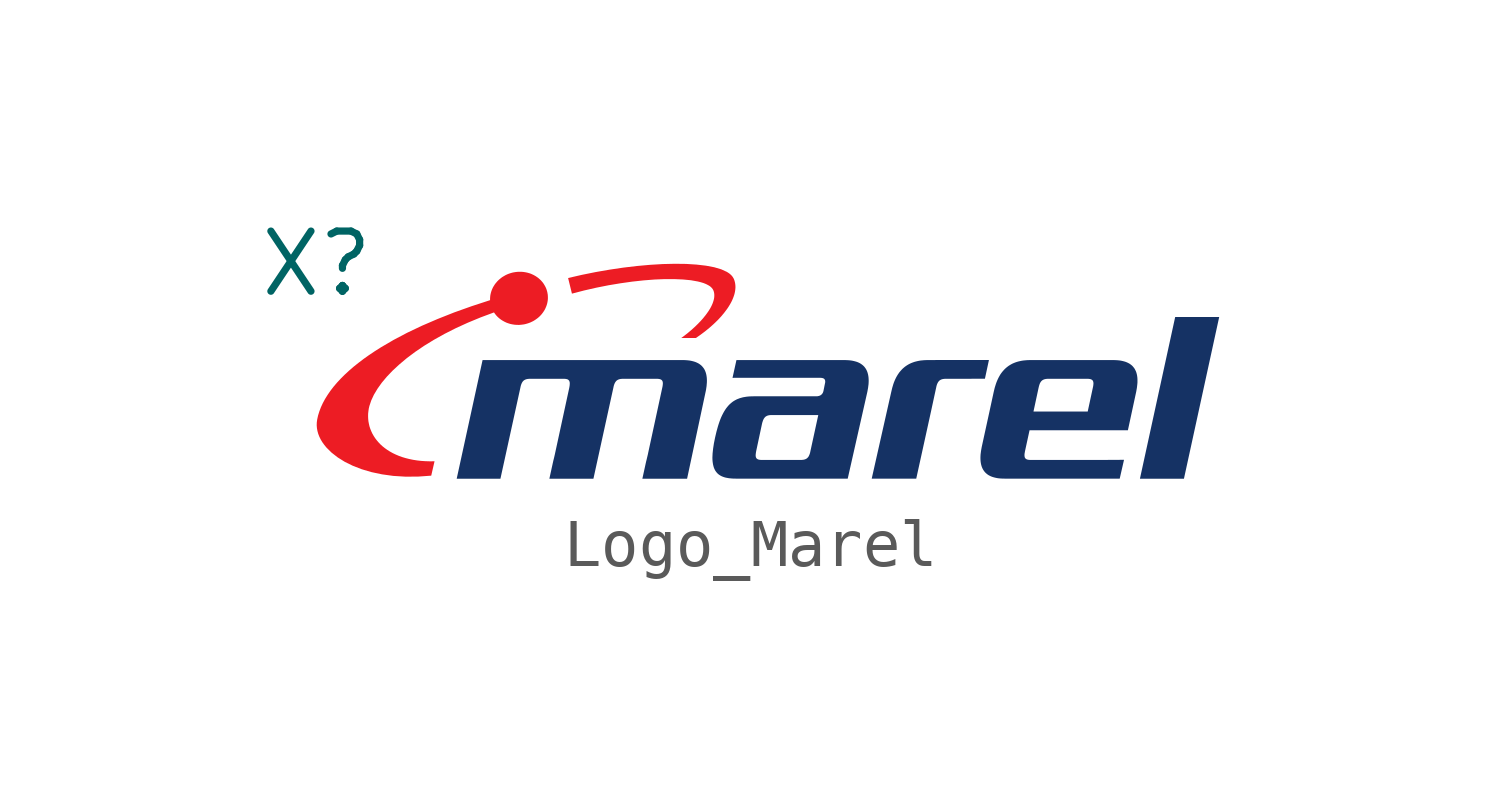
<source format=kicad_sym>
(kicad_symbol_lib
  (version 20231120)
  (generator "kicad_symbol_editor")
  (generator_version "8.0")
  (symbol "Logo_Marel"
    (property "Reference" "X"
      (at 0 0 0)
      (effects (font (size 1.27 1.27))))
    (property "Value" ""
      (at 0 0 0)
      (effects (font (size 1.27 1.27))))
    (symbol "Logo_Marel_1_0"
      (polyline (pts (xy 18.324 -4.542) (xy 17.394 -4.542) (xy 18.139 -1.125) (xy 19.069 -1.125) (xy 18.324 -4.542)) (stroke (width -0.0001) (type solid)) (fill (type color) (color 21 50 100 1)))
      (polyline (pts (xy 14.119 -2.429) (xy 13.292 -2.431) (xy 13.27 -2.431) (xy 13.249 -2.433) (xy 13.24 -2.434) (xy 13.23 -2.436) (xy 13.221 -2.438) (xy 13.213 -2.44) (xy 13.204 -2.443) (xy 13.196 -2.446) (xy 13.189 -2.449) (xy 13.181 -2.453) (xy 13.174 -2.457) (xy 13.168 -2.461) (xy 13.161 -2.466) (xy 13.155 -2.471) (xy 13.149 -2.477) (xy 13.144 -2.483) (xy 13.139 -2.489) (xy 13.133 -2.496) (xy 13.129 -2.503) (xy 13.124 -2.511) (xy 13.12 -2.519) (xy 13.116 -2.527) (xy 13.108 -2.545) (xy 13.101 -2.566) (xy 13.095 -2.587) (xy 13.09 -2.611) (xy 12.98 -3.12) (xy 12.668 -4.54) (xy 11.727 -4.54) (xy 12.14 -2.707) (xy 12.16 -2.623) (xy 12.183 -2.545) (xy 12.196 -2.508) (xy 12.21 -2.473) (xy 12.225 -2.439) (xy 12.241 -2.406) (xy 12.258 -2.375) (xy 12.276 -2.345) (xy 12.295 -2.317) (xy 12.314 -2.29) (xy 12.335 -2.265) (xy 12.357 -2.241) (xy 12.379 -2.218) (xy 12.403 -2.197) (xy 12.427 -2.177) (xy 12.453 -2.158) (xy 12.479 -2.141) (xy 12.506 -2.125) (xy 12.535 -2.11) (xy 12.564 -2.097) (xy 12.595 -2.085) (xy 12.626 -2.074) (xy 12.659 -2.065) (xy 12.692 -2.057) (xy 12.726 -2.05) (xy 12.762 -2.044) (xy 12.836 -2.037) (xy 12.914 -2.034) (xy 14.204 -2.033) (xy 14.119 -2.429)) (stroke (width -0.0001) (type solid)) (fill (type color) (color 21 50 100 1)))
      (polyline (pts (xy 7.805 -0.003) (xy 8.025 -0.017) (xy 8.224 -0.04) (xy 8.399 -0.073) (xy 8.548 -0.117) (xy 8.668 -0.172) (xy 8.717 -0.204) (xy 8.757 -0.238) (xy 8.789 -0.276) (xy 8.812 -0.315) (xy 8.826 -0.351) (xy 8.836 -0.387) (xy 8.843 -0.424) (xy 8.847 -0.462) (xy 8.848 -0.501) (xy 8.845 -0.54) (xy 8.84 -0.579) (xy 8.832 -0.619) (xy 8.821 -0.66) (xy 8.807 -0.701) (xy 8.791 -0.742) (xy 8.773 -0.783) (xy 8.752 -0.824) (xy 8.728 -0.866) (xy 8.703 -0.907) (xy 8.675 -0.949) (xy 8.613 -1.032) (xy 8.544 -1.115) (xy 8.468 -1.196) (xy 8.386 -1.275) (xy 8.298 -1.353) (xy 8.206 -1.428) (xy 8.11 -1.5) (xy 8.011 -1.569) (xy 7.702 -1.569) (xy 7.773 -1.516) (xy 7.844 -1.46) (xy 7.914 -1.401) (xy 7.983 -1.339) (xy 8.049 -1.275) (xy 8.112 -1.21) (xy 8.171 -1.143) (xy 8.225 -1.075) (xy 8.274 -1.007) (xy 8.316 -0.94) (xy 8.334 -0.906) (xy 8.35 -0.873) (xy 8.364 -0.84) (xy 8.376 -0.807) (xy 8.386 -0.774) (xy 8.394 -0.743) (xy 8.399 -0.711) (xy 8.401 -0.681) (xy 8.401 -0.651) (xy 8.398 -0.622) (xy 8.392 -0.593) (xy 8.383 -0.565) (xy 8.366 -0.533) (xy 8.342 -0.504) (xy 8.311 -0.476) (xy 8.272 -0.452) (xy 8.227 -0.429) (xy 8.175 -0.408) (xy 8.116 -0.39) (xy 8.052 -0.374) (xy 7.906 -0.348) (xy 7.74 -0.332) (xy 7.554 -0.324) (xy 7.352 -0.324) (xy 7.136 -0.333) (xy 6.907 -0.351) (xy 6.668 -0.377) (xy 6.42 -0.412) (xy 6.167 -0.454) (xy 5.91 -0.505) (xy 5.651 -0.564) (xy 5.393 -0.631) (xy 5.312 -0.301) (xy 5.603 -0.234) (xy 5.896 -0.175) (xy 6.19 -0.124) (xy 6.481 -0.081) (xy 6.767 -0.047) (xy 7.045 -0.022) (xy 7.312 -0.006) (xy 7.566 -0.0001) (xy 7.805 -0.003)) (stroke (width -0.0001) (type solid)) (fill (type color) (color 237 28 36 1)))
      (polyline (pts (xy 7.767 -2.035) (xy 7.805 -2.037) (xy 7.841 -2.04) (xy 7.876 -2.044) (xy 7.909 -2.05) (xy 7.94 -2.057) (xy 7.97 -2.065) (xy 7.998 -2.074) (xy 8.025 -2.085) (xy 8.05 -2.097) (xy 8.074 -2.11) (xy 8.096 -2.125) (xy 8.117 -2.141) (xy 8.136 -2.158) (xy 8.153 -2.177) (xy 8.169 -2.197) (xy 8.184 -2.218) (xy 8.197 -2.241) (xy 8.208 -2.265) (xy 8.218 -2.291) (xy 8.226 -2.317) (xy 8.233 -2.346) (xy 8.238 -2.376) (xy 8.242 -2.407) (xy 8.244 -2.439) (xy 8.245 -2.473) (xy 8.244 -2.509) (xy 8.241 -2.546) (xy 8.238 -2.584) (xy 8.232 -2.624) (xy 8.226 -2.665) (xy 8.217 -2.708) (xy 7.826 -4.542) (xy 6.881 -4.542) (xy 6.959 -4.185) (xy 6.971 -4.138) (xy 6.983 -4.087) (xy 6.996 -4.033) (xy 7.008 -3.976) (xy 7.303 -2.612) (xy 7.308 -2.588) (xy 7.311 -2.566) (xy 7.313 -2.546) (xy 7.314 -2.527) (xy 7.314 -2.519) (xy 7.313 -2.511) (xy 7.312 -2.503) (xy 7.311 -2.496) (xy 7.309 -2.489) (xy 7.306 -2.483) (xy 7.304 -2.477) (xy 7.301 -2.471) (xy 7.297 -2.466) (xy 7.293 -2.461) (xy 7.289 -2.457) (xy 7.284 -2.453) (xy 7.278 -2.449) (xy 7.272 -2.446) (xy 7.266 -2.443) (xy 7.259 -2.44) (xy 7.252 -2.438) (xy 7.244 -2.436) (xy 7.235 -2.434) (xy 7.226 -2.433) (xy 7.207 -2.431) (xy 7.184 -2.431) (xy 6.472 -2.431) (xy 6.45 -2.431) (xy 6.429 -2.433) (xy 6.42 -2.434) (xy 6.41 -2.436) (xy 6.401 -2.438) (xy 6.393 -2.44) (xy 6.384 -2.443) (xy 6.376 -2.446) (xy 6.369 -2.449) (xy 6.361 -2.453) (xy 6.354 -2.457) (xy 6.348 -2.461) (xy 6.341 -2.466) (xy 6.335 -2.471) (xy 6.329 -2.477) (xy 6.324 -2.483) (xy 6.319 -2.489) (xy 6.314 -2.496) (xy 6.309 -2.503) (xy 6.304 -2.511) (xy 6.3 -2.519) (xy 6.296 -2.527) (xy 6.292 -2.536) (xy 6.288 -2.546) (xy 6.281 -2.566) (xy 6.275 -2.588) (xy 6.27 -2.612) (xy 5.847 -4.542) (xy 4.916 -4.542) (xy 4.999 -4.164) (xy 5.01 -4.121) (xy 5.021 -4.075) (xy 5.032 -4.027) (xy 5.043 -3.976) (xy 5.335 -2.628) (xy 5.34 -2.601) (xy 5.344 -2.577) (xy 5.346 -2.554) (xy 5.347 -2.534) (xy 5.347 -2.525) (xy 5.347 -2.516) (xy 5.346 -2.508) (xy 5.344 -2.5) (xy 5.343 -2.493) (xy 5.34 -2.486) (xy 5.338 -2.479) (xy 5.335 -2.473) (xy 5.331 -2.468) (xy 5.327 -2.463) (xy 5.323 -2.458) (xy 5.318 -2.454) (xy 5.313 -2.45) (xy 5.307 -2.446) (xy 5.301 -2.443) (xy 5.294 -2.44) (xy 5.286 -2.438) (xy 5.278 -2.436) (xy 5.27 -2.434) (xy 5.261 -2.433) (xy 5.241 -2.431) (xy 5.219 -2.431) (xy 4.507 -2.431) (xy 4.485 -2.431) (xy 4.464 -2.433) (xy 4.455 -2.434) (xy 4.445 -2.436) (xy 4.436 -2.438) (xy 4.428 -2.44) (xy 4.419 -2.443) (xy 4.411 -2.446) (xy 4.404 -2.449) (xy 4.396 -2.453) (xy 4.389 -2.457) (xy 4.383 -2.461) (xy 4.376 -2.466) (xy 4.37 -2.471) (xy 4.364 -2.477) (xy 4.359 -2.483) (xy 4.353 -2.489) (xy 4.348 -2.496) (xy 4.344 -2.503) (xy 4.339 -2.511) (xy 4.335 -2.519) (xy 4.331 -2.527) (xy 4.327 -2.536) (xy 4.323 -2.546) (xy 4.316 -2.566) (xy 4.31 -2.588) (xy 4.305 -2.612) (xy 3.882 -4.542) (xy 2.958 -4.542) (xy 3.505 -2.034) (xy 7.728 -2.034) (xy 7.767 -2.035)) (stroke (width -0.0001) (type solid)) (fill (type color) (color 21 50 100 1)))
      (polyline (pts (xy 16.903 -2.037) (xy 16.939 -2.04) (xy 16.974 -2.044) (xy 17.007 -2.05) (xy 17.038 -2.057) (xy 17.068 -2.065) (xy 17.096 -2.074) (xy 17.123 -2.085) (xy 17.148 -2.097) (xy 17.172 -2.11) (xy 17.194 -2.125) (xy 17.215 -2.141) (xy 17.234 -2.158) (xy 17.251 -2.177) (xy 17.267 -2.197) (xy 17.282 -2.218) (xy 17.294 -2.241) (xy 17.306 -2.265) (xy 17.316 -2.29) (xy 17.324 -2.317) (xy 17.331 -2.345) (xy 17.336 -2.375) (xy 17.34 -2.406) (xy 17.342 -2.439) (xy 17.342 -2.473) (xy 17.342 -2.508) (xy 17.339 -2.545) (xy 17.33 -2.623) (xy 17.315 -2.707) (xy 17.14 -3.518) (xy 15.062 -3.518) (xy 14.965 -3.964) (xy 14.961 -3.988) (xy 14.957 -4.01) (xy 14.956 -4.02) (xy 14.955 -4.03) (xy 14.955 -4.039) (xy 14.955 -4.048) (xy 14.955 -4.056) (xy 14.956 -4.064) (xy 14.957 -4.072) (xy 14.958 -4.079) (xy 14.96 -4.086) (xy 14.962 -4.092) (xy 14.965 -4.098) (xy 14.968 -4.104) (xy 14.972 -4.109) (xy 14.976 -4.114) (xy 14.98 -4.118) (xy 14.985 -4.122) (xy 14.99 -4.126) (xy 14.996 -4.129) (xy 15.003 -4.132) (xy 15.01 -4.135) (xy 15.017 -4.137) (xy 15.025 -4.139) (xy 15.033 -4.141) (xy 15.042 -4.142) (xy 15.052 -4.143) (xy 15.062 -4.144) (xy 15.073 -4.144) (xy 15.084 -4.144) (xy 16.707 -4.144) (xy 17.058 -4.142) (xy 16.967 -4.54) (xy 14.541 -4.54) (xy 14.464 -4.538) (xy 14.428 -4.535) (xy 14.393 -4.531) (xy 14.36 -4.525) (xy 14.328 -4.518) (xy 14.299 -4.51) (xy 14.27 -4.501) (xy 14.243 -4.49) (xy 14.218 -4.478) (xy 14.194 -4.465) (xy 14.172 -4.45) (xy 14.152 -4.434) (xy 14.133 -4.417) (xy 14.115 -4.398) (xy 14.1 -4.378) (xy 14.085 -4.357) (xy 14.072 -4.334) (xy 14.061 -4.31) (xy 14.051 -4.285) (xy 14.043 -4.258) (xy 14.036 -4.23) (xy 14.031 -4.2) (xy 14.027 -4.169) (xy 14.025 -4.136) (xy 14.024 -4.102) (xy 14.025 -4.067) (xy 14.027 -4.03) (xy 14.037 -3.952) (xy 14.052 -3.868) (xy 14.215 -3.122) (xy 15.145 -3.122) (xy 16.291 -3.122) (xy 16.401 -2.611) (xy 16.406 -2.587) (xy 16.409 -2.566) (xy 16.41 -2.555) (xy 16.411 -2.545) (xy 16.412 -2.536) (xy 16.412 -2.527) (xy 16.411 -2.519) (xy 16.411 -2.511) (xy 16.41 -2.503) (xy 16.408 -2.496) (xy 16.407 -2.489) (xy 16.404 -2.483) (xy 16.402 -2.477) (xy 16.398 -2.471) (xy 16.395 -2.466) (xy 16.391 -2.461) (xy 16.387 -2.457) (xy 16.381 -2.453) (xy 16.376 -2.449) (xy 16.37 -2.446) (xy 16.364 -2.443) (xy 16.357 -2.44) (xy 16.35 -2.438) (xy 16.342 -2.436) (xy 16.333 -2.434) (xy 16.324 -2.433) (xy 16.315 -2.432) (xy 16.305 -2.431) (xy 16.294 -2.431) (xy 16.283 -2.431) (xy 15.458 -2.431) (xy 15.436 -2.431) (xy 15.415 -2.433) (xy 15.405 -2.434) (xy 15.396 -2.436) (xy 15.387 -2.438) (xy 15.378 -2.44) (xy 15.37 -2.443) (xy 15.362 -2.446) (xy 15.354 -2.449) (xy 15.347 -2.453) (xy 15.34 -2.457) (xy 15.333 -2.461) (xy 15.327 -2.466) (xy 15.321 -2.471) (xy 15.315 -2.477) (xy 15.309 -2.483) (xy 15.304 -2.489) (xy 15.299 -2.496) (xy 15.294 -2.503) (xy 15.29 -2.511) (xy 15.285 -2.519) (xy 15.281 -2.527) (xy 15.274 -2.545) (xy 15.267 -2.566) (xy 15.261 -2.587) (xy 15.255 -2.611) (xy 15.145 -3.122) (xy 14.215 -3.122) (xy 14.305 -2.707) (xy 14.325 -2.623) (xy 14.349 -2.545) (xy 14.362 -2.508) (xy 14.376 -2.473) (xy 14.391 -2.439) (xy 14.407 -2.406) (xy 14.424 -2.375) (xy 14.441 -2.345) (xy 14.46 -2.317) (xy 14.48 -2.29) (xy 14.501 -2.265) (xy 14.522 -2.241) (xy 14.545 -2.218) (xy 14.568 -2.197) (xy 14.593 -2.177) (xy 14.618 -2.158) (xy 14.645 -2.141) (xy 14.672 -2.125) (xy 14.7 -2.11) (xy 14.73 -2.097) (xy 14.76 -2.085) (xy 14.792 -2.074) (xy 14.824 -2.065) (xy 14.858 -2.057) (xy 14.892 -2.05) (xy 14.928 -2.044) (xy 15.002 -2.037) (xy 15.08 -2.034) (xy 16.826 -2.034) (xy 16.903 -2.037)) (stroke (width -0.0001) (type solid)) (fill (type color) (color 21 50 100 1)))
      (polyline (pts (xy 4.331 -0.17) (xy 4.361 -0.172) (xy 4.39 -0.176) (xy 4.419 -0.181) (xy 4.448 -0.187) (xy 4.476 -0.195) (xy 4.504 -0.203) (xy 4.531 -0.213) (xy 4.557 -0.225) (xy 4.583 -0.237) (xy 4.608 -0.251) (xy 4.632 -0.265) (xy 4.655 -0.281) (xy 4.678 -0.297) (xy 4.699 -0.315) (xy 4.72 -0.334) (xy 4.74 -0.353) (xy 4.758 -0.374) (xy 4.776 -0.395) (xy 4.792 -0.417) (xy 4.807 -0.441) (xy 4.821 -0.465) (xy 4.834 -0.489) (xy 4.846 -0.515) (xy 4.856 -0.541) (xy 4.864 -0.568) (xy 4.872 -0.596) (xy 4.877 -0.624) (xy 4.882 -0.652) (xy 4.884 -0.681) (xy 4.885 -0.709) (xy 4.885 -0.737) (xy 4.883 -0.765) (xy 4.879 -0.793) (xy 4.874 -0.82) (xy 4.868 -0.847) (xy 4.86 -0.873) (xy 4.851 -0.899) (xy 4.84 -0.925) (xy 4.829 -0.95) (xy 4.816 -0.975) (xy 4.801 -0.999) (xy 4.786 -1.022) (xy 4.769 -1.045) (xy 4.752 -1.067) (xy 4.733 -1.088) (xy 4.713 -1.109) (xy 4.692 -1.128) (xy 4.67 -1.147) (xy 4.647 -1.164) (xy 4.623 -1.181) (xy 4.598 -1.197) (xy 4.573 -1.212) (xy 4.546 -1.225) (xy 4.519 -1.238) (xy 4.491 -1.249) (xy 4.462 -1.259) (xy 4.432 -1.268) (xy 4.402 -1.276) (xy 4.371 -1.282) (xy 4.323 -1.288) (xy 4.276 -1.292) (xy 4.229 -1.291) (xy 4.183 -1.288) (xy 4.138 -1.281) (xy 4.093 -1.272) (xy 4.051 -1.259) (xy 4.009 -1.244) (xy 3.969 -1.225) (xy 3.931 -1.204) (xy 3.894 -1.181) (xy 3.86 -1.155) (xy 3.828 -1.127) (xy 3.798 -1.096) (xy 3.771 -1.063) (xy 3.746 -1.028) (xy 3.461 -1.134) (xy 3.191 -1.246) (xy 2.937 -1.362) (xy 2.698 -1.483) (xy 2.476 -1.607) (xy 2.269 -1.734) (xy 2.079 -1.863) (xy 1.904 -1.994) (xy 1.747 -2.126) (xy 1.605 -2.257) (xy 1.481 -2.387) (xy 1.373 -2.516) (xy 1.283 -2.643) (xy 1.209 -2.767) (xy 1.153 -2.887) (xy 1.114 -3.003) (xy 1.101 -3.057) (xy 1.093 -3.112) (xy 1.087 -3.166) (xy 1.086 -3.22) (xy 1.088 -3.275) (xy 1.093 -3.328) (xy 1.103 -3.381) (xy 1.115 -3.434) (xy 1.132 -3.486) (xy 1.152 -3.536) (xy 1.175 -3.586) (xy 1.203 -3.635) (xy 1.233 -3.682) (xy 1.268 -3.728) (xy 1.306 -3.773) (xy 1.347 -3.816) (xy 1.392 -3.857) (xy 1.441 -3.896) (xy 1.493 -3.933) (xy 1.549 -3.968) (xy 1.608 -4.001) (xy 1.671 -4.031) (xy 1.737 -4.059) (xy 1.806 -4.084) (xy 1.88 -4.106) (xy 1.956 -4.125) (xy 2.037 -4.142) (xy 2.12 -4.155) (xy 2.207 -4.165) (xy 2.298 -4.171) (xy 2.392 -4.174) (xy 2.49 -4.173) (xy 2.42 -4.477) (xy 2.139 -4.497) (xy 1.871 -4.498) (xy 1.617 -4.482) (xy 1.379 -4.449) (xy 1.157 -4.402) (xy 0.951 -4.341) (xy 0.763 -4.268) (xy 0.594 -4.185) (xy 0.445 -4.092) (xy 0.315 -3.991) (xy 0.207 -3.884) (xy 0.161 -3.828) (xy 0.12 -3.771) (xy 0.085 -3.713) (xy 0.056 -3.654) (xy 0.033 -3.595) (xy 0.016 -3.534) (xy 0.005 -3.474) (xy 0.0002 -3.414) (xy 0.002 -3.354) (xy 0.01 -3.293) (xy 0.029 -3.206) (xy 0.056 -3.119) (xy 0.089 -3.032) (xy 0.129 -2.945) (xy 0.176 -2.858) (xy 0.23 -2.771) (xy 0.289 -2.685) (xy 0.355 -2.599) (xy 0.428 -2.513) (xy 0.507 -2.428) (xy 0.592 -2.343) (xy 0.683 -2.259) (xy 0.78 -2.175) (xy 0.883 -2.093) (xy 0.992 -2.01) (xy 1.106 -1.929) (xy 1.227 -1.848) (xy 1.353 -1.768) (xy 1.621 -1.611) (xy 1.911 -1.458) (xy 2.222 -1.31) (xy 2.554 -1.167) (xy 2.905 -1.028) (xy 3.275 -0.896) (xy 3.663 -0.769) (xy 3.663 -0.743) (xy 3.664 -0.717) (xy 3.666 -0.692) (xy 3.669 -0.666) (xy 3.674 -0.641) (xy 3.68 -0.616) (xy 3.687 -0.591) (xy 3.695 -0.567) (xy 3.704 -0.543) (xy 3.715 -0.519) (xy 3.726 -0.496) (xy 3.739 -0.474) (xy 3.753 -0.452) (xy 3.767 -0.43) (xy 3.783 -0.41) (xy 3.8 -0.39) (xy 3.817 -0.37) (xy 3.836 -0.351) (xy 3.855 -0.333) (xy 3.876 -0.316) (xy 3.897 -0.299) (xy 3.918 -0.283) (xy 3.941 -0.269) (xy 3.965 -0.255) (xy 3.989 -0.241) (xy 4.014 -0.229) (xy 4.039 -0.218) (xy 4.066 -0.208) (xy 4.093 -0.199) (xy 4.12 -0.191) (xy 4.148 -0.184) (xy 4.177 -0.179) (xy 4.208 -0.174) (xy 4.239 -0.171) (xy 4.27 -0.169) (xy 4.3 -0.169) (xy 4.331 -0.17)) (stroke (width -0.0001) (type solid)) (fill (type color) (color 237 28 36 1)))
      (polyline (pts (xy 11.223 -2.037) (xy 11.259 -2.04) (xy 11.294 -2.044) (xy 11.327 -2.05) (xy 11.358 -2.057) (xy 11.388 -2.065) (xy 11.417 -2.074) (xy 11.444 -2.085) (xy 11.469 -2.097) (xy 11.492 -2.11) (xy 11.514 -2.125) (xy 11.535 -2.141) (xy 11.554 -2.158) (xy 11.572 -2.177) (xy 11.587 -2.197) (xy 11.602 -2.218) (xy 11.615 -2.241) (xy 11.626 -2.265) (xy 11.636 -2.29) (xy 11.644 -2.317) (xy 11.651 -2.345) (xy 11.656 -2.374) (xy 11.66 -2.405) (xy 11.662 -2.438) (xy 11.663 -2.472) (xy 11.662 -2.507) (xy 11.66 -2.544) (xy 11.65 -2.622) (xy 11.635 -2.705) (xy 11.22 -4.54) (xy 8.861 -4.54) (xy 8.782 -4.538) (xy 8.71 -4.531) (xy 8.644 -4.519) (xy 8.614 -4.511) (xy 8.585 -4.501) (xy 8.558 -4.49) (xy 8.533 -4.477) (xy 8.51 -4.463) (xy 8.488 -4.447) (xy 8.468 -4.429) (xy 8.45 -4.409) (xy 8.433 -4.387) (xy 8.418 -4.364) (xy 8.405 -4.338) (xy 8.393 -4.31) (xy 8.384 -4.28) (xy 8.376 -4.248) (xy 8.37 -4.214) (xy 8.365 -4.177) (xy 8.362 -4.138) (xy 8.361 -4.097) (xy 8.363 -4.048) (xy 9.275 -4.048) (xy 9.275 -4.056) (xy 9.276 -4.064) (xy 9.277 -4.072) (xy 9.278 -4.079) (xy 9.28 -4.086) (xy 9.283 -4.092) (xy 9.285 -4.098) (xy 9.288 -4.104) (xy 9.292 -4.109) (xy 9.296 -4.114) (xy 9.3 -4.118) (xy 9.305 -4.122) (xy 9.311 -4.126) (xy 9.317 -4.129) (xy 9.323 -4.132) (xy 9.33 -4.135) (xy 9.337 -4.137) (xy 9.345 -4.139) (xy 9.354 -4.141) (xy 9.363 -4.142) (xy 9.372 -4.143) (xy 9.382 -4.144) (xy 9.393 -4.144) (xy 9.404 -4.144) (xy 10.229 -4.144) (xy 10.251 -4.144) (xy 10.272 -4.142) (xy 10.282 -4.141) (xy 10.291 -4.139) (xy 10.3 -4.137) (xy 10.309 -4.135) (xy 10.317 -4.132) (xy 10.325 -4.129) (xy 10.333 -4.126) (xy 10.34 -4.122) (xy 10.347 -4.118) (xy 10.354 -4.114) (xy 10.36 -4.109) (xy 10.366 -4.104) (xy 10.372 -4.098) (xy 10.377 -4.092) (xy 10.383 -4.086) (xy 10.388 -4.079) (xy 10.393 -4.072) (xy 10.397 -4.064) (xy 10.401 -4.056) (xy 10.405 -4.048) (xy 10.413 -4.029) (xy 10.42 -4.009) (xy 10.426 -3.987) (xy 10.431 -3.963) (xy 10.598 -3.196) (xy 9.612 -3.196) (xy 9.59 -3.197) (xy 9.569 -3.199) (xy 9.56 -3.2) (xy 9.551 -3.202) (xy 9.542 -3.204) (xy 9.533 -3.206) (xy 9.525 -3.209) (xy 9.517 -3.212) (xy 9.51 -3.215) (xy 9.503 -3.219) (xy 9.496 -3.223) (xy 9.489 -3.227) (xy 9.483 -3.232) (xy 9.477 -3.237) (xy 9.471 -3.243) (xy 9.466 -3.249) (xy 9.461 -3.255) (xy 9.456 -3.262) (xy 9.451 -3.269) (xy 9.446 -3.276) (xy 9.442 -3.285) (xy 9.438 -3.293) (xy 9.43 -3.311) (xy 9.423 -3.332) (xy 9.416 -3.353) (xy 9.41 -3.377) (xy 9.285 -3.963) (xy 9.281 -3.987) (xy 9.278 -4.009) (xy 9.277 -4.02) (xy 9.276 -4.029) (xy 9.275 -4.039) (xy 9.275 -4.048) (xy 8.363 -4.048) (xy 8.365 -4.006) (xy 8.376 -3.905) (xy 8.393 -3.794) (xy 8.418 -3.67) (xy 8.447 -3.547) (xy 8.478 -3.435) (xy 8.494 -3.384) (xy 8.511 -3.334) (xy 8.528 -3.288) (xy 8.546 -3.244) (xy 8.565 -3.203) (xy 8.585 -3.164) (xy 8.605 -3.127) (xy 8.626 -3.093) (xy 8.647 -3.061) (xy 8.67 -3.031) (xy 8.693 -3.003) (xy 8.717 -2.977) (xy 8.742 -2.954) (xy 8.768 -2.932) (xy 8.794 -2.912) (xy 8.822 -2.894) (xy 8.851 -2.878) (xy 8.88 -2.863) (xy 8.911 -2.851) (xy 8.942 -2.839) (xy 8.975 -2.83) (xy 9.008 -2.821) (xy 9.043 -2.815) (xy 9.079 -2.809) (xy 9.116 -2.805) (xy 9.154 -2.802) (xy 9.234 -2.8) (xy 10.546 -2.8) (xy 10.562 -2.8) (xy 10.577 -2.799) (xy 10.591 -2.797) (xy 10.598 -2.795) (xy 10.605 -2.794) (xy 10.612 -2.792) (xy 10.618 -2.79) (xy 10.624 -2.788) (xy 10.63 -2.786) (xy 10.636 -2.783) (xy 10.642 -2.78) (xy 10.647 -2.777) (xy 10.652 -2.774) (xy 10.657 -2.77) (xy 10.662 -2.766) (xy 10.667 -2.762) (xy 10.671 -2.758) (xy 10.675 -2.753) (xy 10.68 -2.748) (xy 10.683 -2.743) (xy 10.687 -2.738) (xy 10.69 -2.732) (xy 10.694 -2.726) (xy 10.697 -2.72) (xy 10.699 -2.713) (xy 10.702 -2.706) (xy 10.704 -2.699) (xy 10.706 -2.692) (xy 10.708 -2.684) (xy 10.74 -2.525) (xy 10.742 -2.518) (xy 10.743 -2.51) (xy 10.744 -2.503) (xy 10.744 -2.496) (xy 10.745 -2.49) (xy 10.744 -2.483) (xy 10.744 -2.477) (xy 10.743 -2.472) (xy 10.742 -2.466) (xy 10.741 -2.461) (xy 10.739 -2.456) (xy 10.737 -2.451) (xy 10.735 -2.447) (xy 10.732 -2.443) (xy 10.729 -2.439) (xy 10.726 -2.436) (xy 10.723 -2.432) (xy 10.719 -2.429) (xy 10.715 -2.426) (xy 10.71 -2.424) (xy 10.705 -2.421) (xy 10.7 -2.419) (xy 10.695 -2.417) (xy 10.689 -2.416) (xy 10.684 -2.414) (xy 10.677 -2.413) (xy 10.664 -2.411) (xy 10.65 -2.41) (xy 10.634 -2.409) (xy 9.231 -2.409) (xy 8.786 -2.41) (xy 8.869 -2.034) (xy 11.146 -2.034) (xy 11.223 -2.037)) (stroke (width -0.0001) (type solid)) (fill (type color) (color 21 50 100 1))))))
</source>
